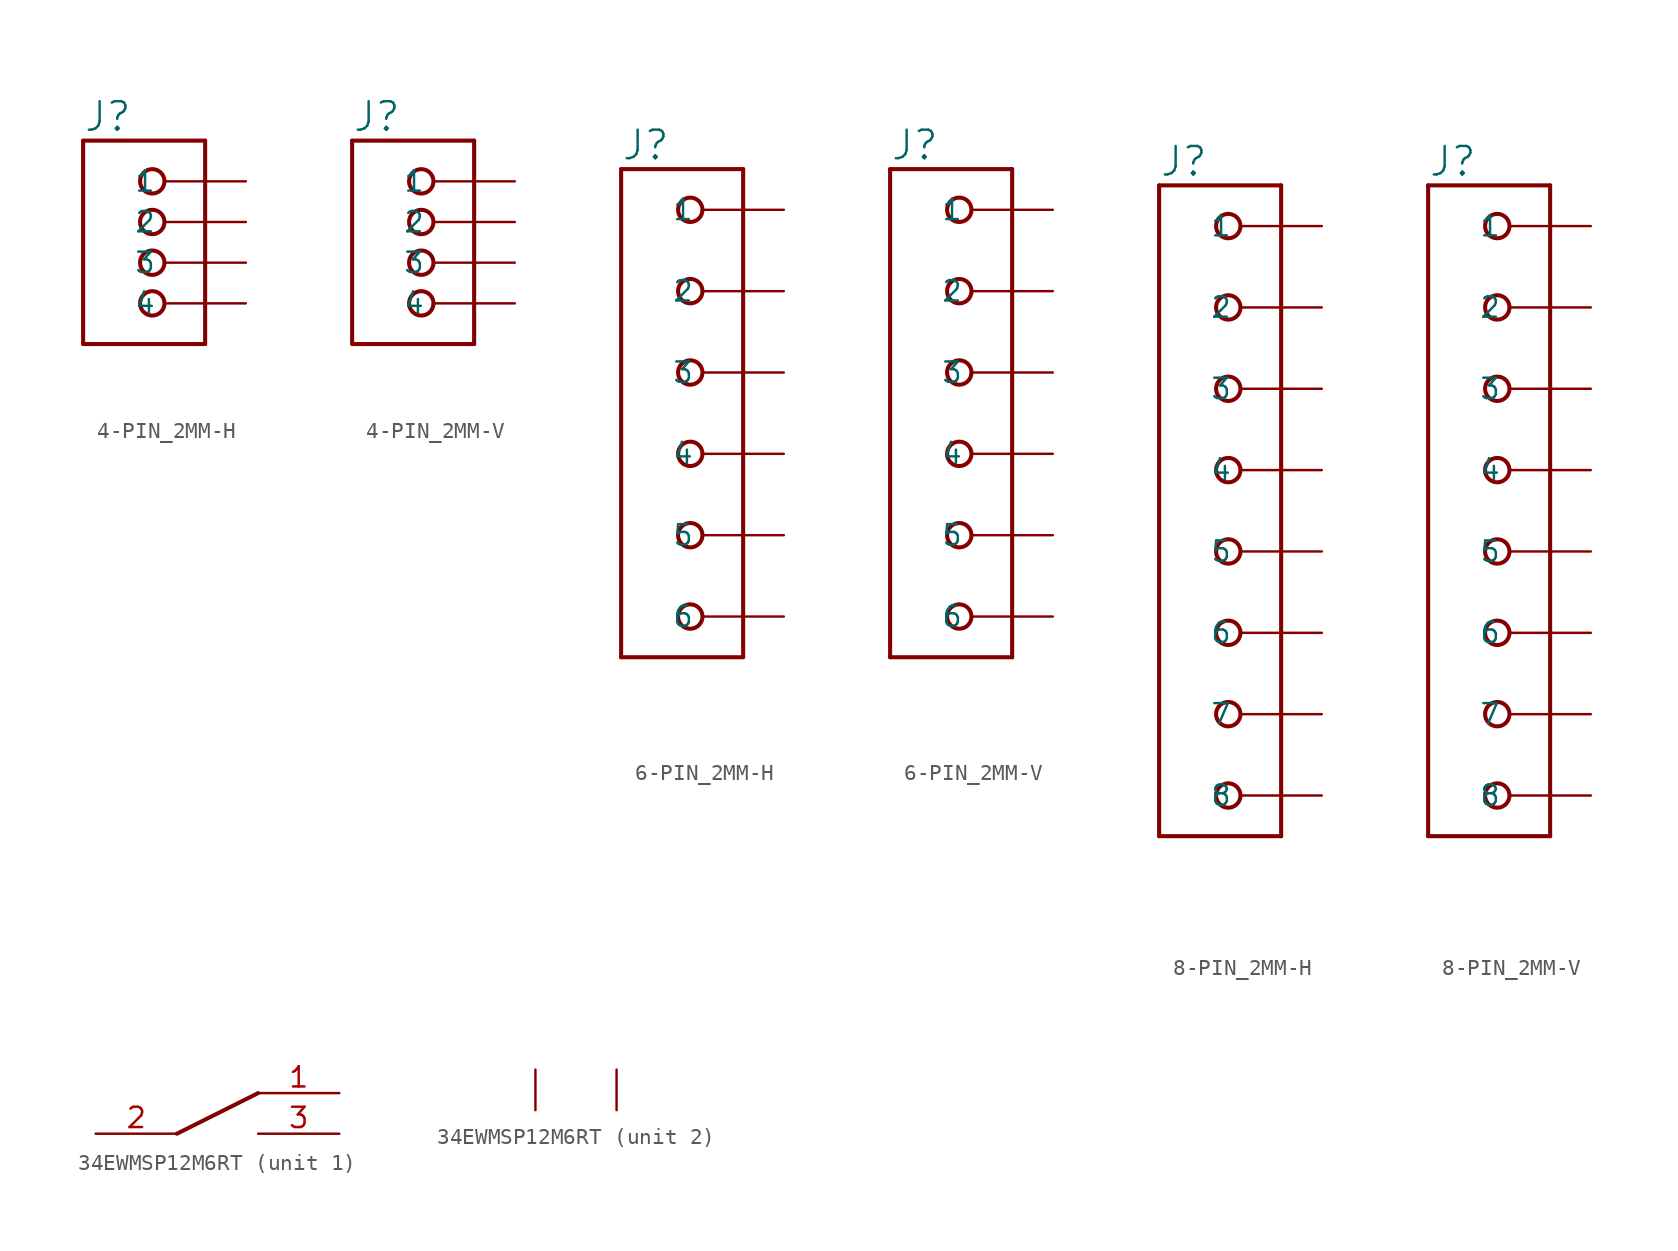
<source format=kicad_sym>
(kicad_symbol_lib
  (version 20220914)
  (generator kicad_symbol_editor)
  (symbol "4-PIN_2MM-H"
    (property "Reference" "J"
      (at -5.08 5.08 0)
      (effects (font (size 1.778 1.778)) (justify left top)))
    (property "Value" ""
      (at -5.08 -12.7 0)
      (effects (font (size 1.778 1.778)) (justify left bottom)))
    (property "ki_locked" ""
      (at 0 0 0)
      (effects (font (size 1.27 1.27))))
    (symbol "4-PIN_2MM-H_1_0"
      (circle (center -0.762 -7.62) (radius 0.762) (stroke (width 0.254) (type solid)) (fill (type none)))
      (circle (center -0.762 -5.08) (radius 0.762) (stroke (width 0.254) (type solid)) (fill (type none)))
      (circle (center -0.762 -2.54) (radius 0.762) (stroke (width 0.254) (type solid)) (fill (type none)))
      (circle (center -0.762 0) (radius 0.762) (stroke (width 0.254) (type solid)) (fill (type none)))
      (polyline (pts (xy -5.08 -10.16) (xy 2.54 -10.16)) (stroke (width 0.254) (type solid)) (fill (type none)))
      (polyline (pts (xy -5.08 2.54) (xy -5.08 -10.16)) (stroke (width 0.254) (type solid)) (fill (type none)))
      (polyline (pts (xy 2.54 -10.16) (xy 2.54 2.54)) (stroke (width 0.254) (type solid)) (fill (type none)))
      (polyline (pts (xy 2.54 2.54) (xy -5.08 2.54)) (stroke (width 0.254) (type solid)) (fill (type none)))
      (pin passive line (at 5.08 0 180) (length 5.08) (name "1" (effects (font (size 1.27 1.27)))) (number "1" (effects (font (size 0 0)))))
      (pin passive line (at 5.08 -2.54 180) (length 5.08) (name "2" (effects (font (size 1.27 1.27)))) (number "2" (effects (font (size 0 0)))))
      (pin passive line (at 5.08 -5.08 180) (length 5.08) (name "3" (effects (font (size 1.27 1.27)))) (number "3" (effects (font (size 0 0)))))
      (pin passive line (at 5.08 -7.62 180) (length 5.08) (name "4" (effects (font (size 1.27 1.27)))) (number "4" (effects (font (size 0 0)))))))
  (symbol "4-PIN_2MM-V"
    (property "Reference" "J"
      (at -5.08 5.08 0)
      (effects (font (size 1.778 1.778)) (justify left top)))
    (property "Value" ""
      (at -5.08 -12.7 0)
      (effects (font (size 1.778 1.778)) (justify left bottom)))
    (property "ki_locked" ""
      (at 0 0 0)
      (effects (font (size 1.27 1.27))))
    (symbol "4-PIN_2MM-V_1_0"
      (circle (center -0.762 -7.62) (radius 0.762) (stroke (width 0.254) (type solid)) (fill (type none)))
      (circle (center -0.762 -5.08) (radius 0.762) (stroke (width 0.254) (type solid)) (fill (type none)))
      (circle (center -0.762 -2.54) (radius 0.762) (stroke (width 0.254) (type solid)) (fill (type none)))
      (circle (center -0.762 0) (radius 0.762) (stroke (width 0.254) (type solid)) (fill (type none)))
      (polyline (pts (xy -5.08 -10.16) (xy 2.54 -10.16)) (stroke (width 0.254) (type solid)) (fill (type none)))
      (polyline (pts (xy -5.08 2.54) (xy -5.08 -10.16)) (stroke (width 0.254) (type solid)) (fill (type none)))
      (polyline (pts (xy 2.54 -10.16) (xy 2.54 2.54)) (stroke (width 0.254) (type solid)) (fill (type none)))
      (polyline (pts (xy 2.54 2.54) (xy -5.08 2.54)) (stroke (width 0.254) (type solid)) (fill (type none)))
      (pin passive line (at 5.08 0 180) (length 5.08) (name "1" (effects (font (size 1.27 1.27)))) (number "1" (effects (font (size 0 0)))))
      (pin passive line (at 5.08 -2.54 180) (length 5.08) (name "2" (effects (font (size 1.27 1.27)))) (number "2" (effects (font (size 0 0)))))
      (pin passive line (at 5.08 -5.08 180) (length 5.08) (name "3" (effects (font (size 1.27 1.27)))) (number "3" (effects (font (size 0 0)))))
      (pin passive line (at 5.08 -7.62 180) (length 5.08) (name "4" (effects (font (size 1.27 1.27)))) (number "4" (effects (font (size 0 0)))))))
  (symbol "6-PIN_2MM-H"
    (property "Reference" "J"
      (at -5.08 17.78 0)
      (effects (font (size 1.778 1.778)) (justify left top)))
    (property "Value" ""
      (at -5.08 -17.78 0)
      (effects (font (size 1.778 1.778)) (justify left bottom)))
    (property "ki_locked" ""
      (at 0 0 0)
      (effects (font (size 1.27 1.27))))
    (symbol "6-PIN_2MM-H_1_0"
      (circle (center -0.762 -12.7) (radius 0.762) (stroke (width 0.254) (type solid)) (fill (type none)))
      (circle (center -0.762 -7.62) (radius 0.762) (stroke (width 0.254) (type solid)) (fill (type none)))
      (circle (center -0.762 -2.54) (radius 0.762) (stroke (width 0.254) (type solid)) (fill (type none)))
      (circle (center -0.762 2.54) (radius 0.762) (stroke (width 0.254) (type solid)) (fill (type none)))
      (circle (center -0.762 7.62) (radius 0.762) (stroke (width 0.254) (type solid)) (fill (type none)))
      (circle (center -0.762 12.7) (radius 0.762) (stroke (width 0.254) (type solid)) (fill (type none)))
      (polyline (pts (xy -5.08 -15.24) (xy 2.54 -15.24)) (stroke (width 0.254) (type solid)) (fill (type none)))
      (polyline (pts (xy -5.08 15.24) (xy -5.08 -15.24)) (stroke (width 0.254) (type solid)) (fill (type none)))
      (polyline (pts (xy 2.54 -15.24) (xy 2.54 15.24)) (stroke (width 0.254) (type solid)) (fill (type none)))
      (polyline (pts (xy 2.54 15.24) (xy -5.08 15.24)) (stroke (width 0.254) (type solid)) (fill (type none)))
      (pin passive line (at 5.08 12.7 180) (length 5.08) (name "1" (effects (font (size 1.27 1.27)))) (number "1" (effects (font (size 0 0)))))
      (pin passive line (at 5.08 7.62 180) (length 5.08) (name "2" (effects (font (size 1.27 1.27)))) (number "2" (effects (font (size 0 0)))))
      (pin passive line (at 5.08 2.54 180) (length 5.08) (name "3" (effects (font (size 1.27 1.27)))) (number "3" (effects (font (size 0 0)))))
      (pin passive line (at 5.08 -2.54 180) (length 5.08) (name "4" (effects (font (size 1.27 1.27)))) (number "4" (effects (font (size 0 0)))))
      (pin passive line (at 5.08 -7.62 180) (length 5.08) (name "5" (effects (font (size 1.27 1.27)))) (number "5" (effects (font (size 0 0)))))
      (pin passive line (at 5.08 -12.7 180) (length 5.08) (name "6" (effects (font (size 1.27 1.27)))) (number "6" (effects (font (size 0 0)))))))
  (symbol "6-PIN_2MM-V"
    (property "Reference" "J"
      (at -5.08 17.78 0)
      (effects (font (size 1.778 1.778)) (justify left top)))
    (property "Value" ""
      (at -5.08 -17.78 0)
      (effects (font (size 1.778 1.778)) (justify left bottom)))
    (property "ki_locked" ""
      (at 0 0 0)
      (effects (font (size 1.27 1.27))))
    (symbol "6-PIN_2MM-V_1_0"
      (circle (center -0.762 -12.7) (radius 0.762) (stroke (width 0.254) (type solid)) (fill (type none)))
      (circle (center -0.762 -7.62) (radius 0.762) (stroke (width 0.254) (type solid)) (fill (type none)))
      (circle (center -0.762 -2.54) (radius 0.762) (stroke (width 0.254) (type solid)) (fill (type none)))
      (circle (center -0.762 2.54) (radius 0.762) (stroke (width 0.254) (type solid)) (fill (type none)))
      (circle (center -0.762 7.62) (radius 0.762) (stroke (width 0.254) (type solid)) (fill (type none)))
      (circle (center -0.762 12.7) (radius 0.762) (stroke (width 0.254) (type solid)) (fill (type none)))
      (polyline (pts (xy -5.08 -15.24) (xy 2.54 -15.24)) (stroke (width 0.254) (type solid)) (fill (type none)))
      (polyline (pts (xy -5.08 15.24) (xy -5.08 -15.24)) (stroke (width 0.254) (type solid)) (fill (type none)))
      (polyline (pts (xy 2.54 -15.24) (xy 2.54 15.24)) (stroke (width 0.254) (type solid)) (fill (type none)))
      (polyline (pts (xy 2.54 15.24) (xy -5.08 15.24)) (stroke (width 0.254) (type solid)) (fill (type none)))
      (pin passive line (at 5.08 12.7 180) (length 5.08) (name "1" (effects (font (size 1.27 1.27)))) (number "1" (effects (font (size 0 0)))))
      (pin passive line (at 5.08 7.62 180) (length 5.08) (name "2" (effects (font (size 1.27 1.27)))) (number "2" (effects (font (size 0 0)))))
      (pin passive line (at 5.08 2.54 180) (length 5.08) (name "3" (effects (font (size 1.27 1.27)))) (number "3" (effects (font (size 0 0)))))
      (pin passive line (at 5.08 -2.54 180) (length 5.08) (name "4" (effects (font (size 1.27 1.27)))) (number "4" (effects (font (size 0 0)))))
      (pin passive line (at 5.08 -7.62 180) (length 5.08) (name "5" (effects (font (size 1.27 1.27)))) (number "5" (effects (font (size 0 0)))))
      (pin passive line (at 5.08 -12.7 180) (length 5.08) (name "6" (effects (font (size 1.27 1.27)))) (number "6" (effects (font (size 0 0)))))))
  (symbol "8-PIN_2MM-H"
    (property "Reference" "J"
      (at -5.08 22.86 0)
      (effects (font (size 1.778 1.778)) (justify left top)))
    (property "Value" ""
      (at -5.08 -22.86 0)
      (effects (font (size 1.778 1.778)) (justify left bottom)))
    (property "ki_locked" ""
      (at 0 0 0)
      (effects (font (size 1.27 1.27))))
    (symbol "8-PIN_2MM-H_1_0"
      (circle (center -0.762 -17.78) (radius 0.762) (stroke (width 0.254) (type solid)) (fill (type none)))
      (circle (center -0.762 -12.7) (radius 0.762) (stroke (width 0.254) (type solid)) (fill (type none)))
      (circle (center -0.762 -7.62) (radius 0.762) (stroke (width 0.254) (type solid)) (fill (type none)))
      (circle (center -0.762 -2.54) (radius 0.762) (stroke (width 0.254) (type solid)) (fill (type none)))
      (circle (center -0.762 2.54) (radius 0.762) (stroke (width 0.254) (type solid)) (fill (type none)))
      (circle (center -0.762 7.62) (radius 0.762) (stroke (width 0.254) (type solid)) (fill (type none)))
      (circle (center -0.762 12.7) (radius 0.762) (stroke (width 0.254) (type solid)) (fill (type none)))
      (circle (center -0.762 17.78) (radius 0.762) (stroke (width 0.254) (type solid)) (fill (type none)))
      (polyline (pts (xy -5.08 -20.32) (xy 2.54 -20.32)) (stroke (width 0.254) (type solid)) (fill (type none)))
      (polyline (pts (xy -5.08 20.32) (xy -5.08 -20.32)) (stroke (width 0.254) (type solid)) (fill (type none)))
      (polyline (pts (xy 2.54 -20.32) (xy 2.54 20.32)) (stroke (width 0.254) (type solid)) (fill (type none)))
      (polyline (pts (xy 2.54 20.32) (xy -5.08 20.32)) (stroke (width 0.254) (type solid)) (fill (type none)))
      (pin passive line (at 5.08 17.78 180) (length 5.08) (name "1" (effects (font (size 1.27 1.27)))) (number "1" (effects (font (size 0 0)))))
      (pin passive line (at 5.08 12.7 180) (length 5.08) (name "2" (effects (font (size 1.27 1.27)))) (number "2" (effects (font (size 0 0)))))
      (pin passive line (at 5.08 7.62 180) (length 5.08) (name "3" (effects (font (size 1.27 1.27)))) (number "3" (effects (font (size 0 0)))))
      (pin passive line (at 5.08 2.54 180) (length 5.08) (name "4" (effects (font (size 1.27 1.27)))) (number "4" (effects (font (size 0 0)))))
      (pin passive line (at 5.08 -2.54 180) (length 5.08) (name "5" (effects (font (size 1.27 1.27)))) (number "5" (effects (font (size 0 0)))))
      (pin passive line (at 5.08 -7.62 180) (length 5.08) (name "6" (effects (font (size 1.27 1.27)))) (number "6" (effects (font (size 0 0)))))
      (pin passive line (at 5.08 -12.7 180) (length 5.08) (name "7" (effects (font (size 1.27 1.27)))) (number "7" (effects (font (size 0 0)))))
      (pin passive line (at 5.08 -17.78 180) (length 5.08) (name "8" (effects (font (size 1.27 1.27)))) (number "8" (effects (font (size 0 0)))))))
  (symbol "8-PIN_2MM-V"
    (property "Reference" "J"
      (at -5.08 22.86 0)
      (effects (font (size 1.778 1.778)) (justify left top)))
    (property "Value" ""
      (at -5.08 -22.86 0)
      (effects (font (size 1.778 1.778)) (justify left bottom)))
    (property "ki_locked" ""
      (at 0 0 0)
      (effects (font (size 1.27 1.27))))
    (symbol "8-PIN_2MM-V_1_0"
      (circle (center -0.762 -17.78) (radius 0.762) (stroke (width 0.254) (type solid)) (fill (type none)))
      (circle (center -0.762 -12.7) (radius 0.762) (stroke (width 0.254) (type solid)) (fill (type none)))
      (circle (center -0.762 -7.62) (radius 0.762) (stroke (width 0.254) (type solid)) (fill (type none)))
      (circle (center -0.762 -2.54) (radius 0.762) (stroke (width 0.254) (type solid)) (fill (type none)))
      (circle (center -0.762 2.54) (radius 0.762) (stroke (width 0.254) (type solid)) (fill (type none)))
      (circle (center -0.762 7.62) (radius 0.762) (stroke (width 0.254) (type solid)) (fill (type none)))
      (circle (center -0.762 12.7) (radius 0.762) (stroke (width 0.254) (type solid)) (fill (type none)))
      (circle (center -0.762 17.78) (radius 0.762) (stroke (width 0.254) (type solid)) (fill (type none)))
      (polyline (pts (xy -5.08 -20.32) (xy 2.54 -20.32)) (stroke (width 0.254) (type solid)) (fill (type none)))
      (polyline (pts (xy -5.08 20.32) (xy -5.08 -20.32)) (stroke (width 0.254) (type solid)) (fill (type none)))
      (polyline (pts (xy 2.54 -20.32) (xy 2.54 20.32)) (stroke (width 0.254) (type solid)) (fill (type none)))
      (polyline (pts (xy 2.54 20.32) (xy -5.08 20.32)) (stroke (width 0.254) (type solid)) (fill (type none)))
      (pin passive line (at 5.08 17.78 180) (length 5.08) (name "1" (effects (font (size 1.27 1.27)))) (number "1" (effects (font (size 0 0)))))
      (pin passive line (at 5.08 12.7 180) (length 5.08) (name "2" (effects (font (size 1.27 1.27)))) (number "2" (effects (font (size 0 0)))))
      (pin passive line (at 5.08 7.62 180) (length 5.08) (name "3" (effects (font (size 1.27 1.27)))) (number "3" (effects (font (size 0 0)))))
      (pin passive line (at 5.08 2.54 180) (length 5.08) (name "4" (effects (font (size 1.27 1.27)))) (number "4" (effects (font (size 0 0)))))
      (pin passive line (at 5.08 -2.54 180) (length 5.08) (name "5" (effects (font (size 1.27 1.27)))) (number "5" (effects (font (size 0 0)))))
      (pin passive line (at 5.08 -7.62 180) (length 5.08) (name "6" (effects (font (size 1.27 1.27)))) (number "6" (effects (font (size 0 0)))))
      (pin passive line (at 5.08 -12.7 180) (length 5.08) (name "7" (effects (font (size 1.27 1.27)))) (number "7" (effects (font (size 0 0)))))
      (pin passive line (at 5.08 -17.78 180) (length 5.08) (name "8" (effects (font (size 1.27 1.27)))) (number "8" (effects (font (size 0 0)))))))
  (symbol "34EWMSP12M6RT"
    (property "Reference" "S"
      (at -5.08 -2.54 0)
      (effects (font (size 1.778 1.778)) (justify left bottom) hide))
    (property "ki_locked" ""
      (at 0 0 0)
      (effects (font (size 1.27 1.27))))
    (symbol "34EWMSP12M6RT_1_0"
      (polyline (pts (xy -2.54 0) (xy 2.54 2.54)) (stroke (width 0.254) (type solid)) (fill (type none)))
      (pin bidirectional line (at 7.62 2.54 180) (length 5.08) (name "A" (effects (font (size 0 0)))) (number "1" (effects (font (size 1.27 1.27)))))
      (pin bidirectional line (at -7.62 0 0) (length 5.08) (name "COMMON" (effects (font (size 0 0)))) (number "2" (effects (font (size 1.27 1.27)))))
      (pin bidirectional line (at 7.62 0 180) (length 5.08) (name "B" (effects (font (size 0 0)))) (number "3" (effects (font (size 1.27 1.27))))))
    (symbol "34EWMSP12M6RT_2_0"
      (pin bidirectional line (at -2.54 -2.54 90) (length 2.54) (name "LEG1" (effects (font (size 0 0)))) (number "LEG1" (effects (font (size 0 0)))))
      (pin bidirectional line (at 2.54 -2.54 90) (length 2.54) (name "LEG2" (effects (font (size 0 0)))) (number "LEG3" (effects (font (size 0 0))))))))
</source>
